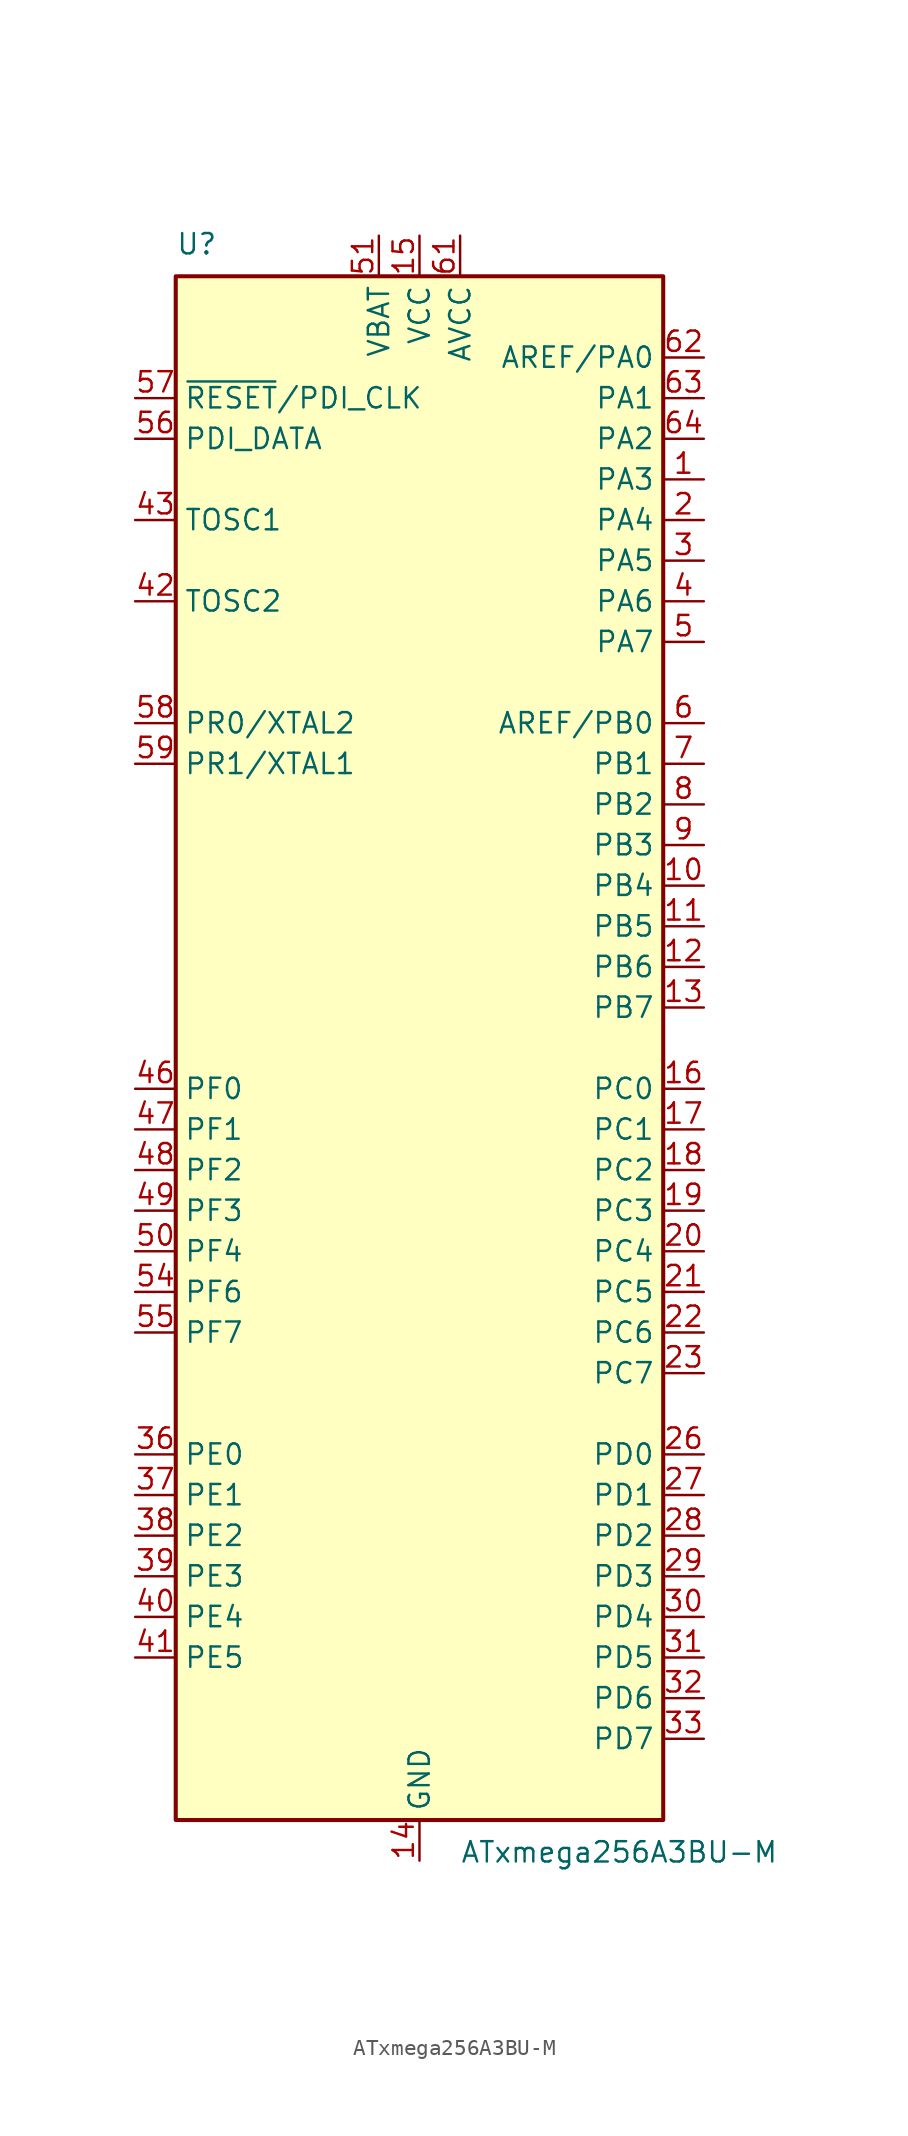
<source format=kicad_sym>
(kicad_symbol_lib
  (version 20201005)
  (generator kicad_symbol_editor)
  (symbol "MCU_Microchip_ATmega:ATxmega256A3BU-M"
    (property "Reference" "U"
      (at -15.24 49.53 0)
      (effects (font (size 1.27 1.27)) (justify left bottom)))
    (property "Value" "ATxmega256A3BU-M"
      (at 2.54 -49.53 0)
      (effects (font (size 1.27 1.27)) (justify left top)))
    (symbol "ATxmega256A3BU-M_0_1"
      (rectangle (start -15.24 -48.26) (end 15.24 48.26) (stroke (width 0.254)) (fill (type background))))
    (symbol "ATxmega256A3BU-M_1_1"
      (pin bidirectional line (at 17.78 35.56 180) (length 2.54) (name "PA3" (effects (font (size 1.27 1.27)))) (number "1" (effects (font (size 1.27 1.27)))))
      (pin bidirectional line (at 17.78 10.16 180) (length 2.54) (name "PB4" (effects (font (size 1.27 1.27)))) (number "10" (effects (font (size 1.27 1.27)))))
      (pin bidirectional line (at 17.78 7.62 180) (length 2.54) (name "PB5" (effects (font (size 1.27 1.27)))) (number "11" (effects (font (size 1.27 1.27)))))
      (pin bidirectional line (at 17.78 5.08 180) (length 2.54) (name "PB6" (effects (font (size 1.27 1.27)))) (number "12" (effects (font (size 1.27 1.27)))))
      (pin bidirectional line (at 17.78 2.54 180) (length 2.54) (name "PB7" (effects (font (size 1.27 1.27)))) (number "13" (effects (font (size 1.27 1.27)))))
      (pin power_in line (at 0 -50.8 90) (length 2.54) (name "GND" (effects (font (size 1.27 1.27)))) (number "14" (effects (font (size 1.27 1.27)))))
      (pin power_in line (at 0 50.8 270) (length 2.54) (name "VCC" (effects (font (size 1.27 1.27)))) (number "15" (effects (font (size 1.27 1.27)))))
      (pin bidirectional line (at 17.78 -2.54 180) (length 2.54) (name "PC0" (effects (font (size 1.27 1.27)))) (number "16" (effects (font (size 1.27 1.27)))))
      (pin bidirectional line (at 17.78 -5.08 180) (length 2.54) (name "PC1" (effects (font (size 1.27 1.27)))) (number "17" (effects (font (size 1.27 1.27)))))
      (pin bidirectional line (at 17.78 -7.62 180) (length 2.54) (name "PC2" (effects (font (size 1.27 1.27)))) (number "18" (effects (font (size 1.27 1.27)))))
      (pin bidirectional line (at 17.78 -10.16 180) (length 2.54) (name "PC3" (effects (font (size 1.27 1.27)))) (number "19" (effects (font (size 1.27 1.27)))))
      (pin bidirectional line (at 17.78 33.02 180) (length 2.54) (name "PA4" (effects (font (size 1.27 1.27)))) (number "2" (effects (font (size 1.27 1.27)))))
      (pin bidirectional line (at 17.78 -12.7 180) (length 2.54) (name "PC4" (effects (font (size 1.27 1.27)))) (number "20" (effects (font (size 1.27 1.27)))))
      (pin bidirectional line (at 17.78 -15.24 180) (length 2.54) (name "PC5" (effects (font (size 1.27 1.27)))) (number "21" (effects (font (size 1.27 1.27)))))
      (pin bidirectional line (at 17.78 -17.78 180) (length 2.54) (name "PC6" (effects (font (size 1.27 1.27)))) (number "22" (effects (font (size 1.27 1.27)))))
      (pin bidirectional line (at 17.78 -20.32 180) (length 2.54) (name "PC7" (effects (font (size 1.27 1.27)))) (number "23" (effects (font (size 1.27 1.27)))))
      (pin passive line (at 0 -50.8 90) (length 2.54) hide (name "GND" (effects (font (size 1.27 1.27)))) (number "24" (effects (font (size 1.27 1.27)))))
      (pin passive line (at 0 50.8 270) (length 2.54) hide (name "VCC" (effects (font (size 1.27 1.27)))) (number "25" (effects (font (size 1.27 1.27)))))
      (pin bidirectional line (at 17.78 -25.4 180) (length 2.54) (name "PD0" (effects (font (size 1.27 1.27)))) (number "26" (effects (font (size 1.27 1.27)))))
      (pin bidirectional line (at 17.78 -27.94 180) (length 2.54) (name "PD1" (effects (font (size 1.27 1.27)))) (number "27" (effects (font (size 1.27 1.27)))))
      (pin bidirectional line (at 17.78 -30.48 180) (length 2.54) (name "PD2" (effects (font (size 1.27 1.27)))) (number "28" (effects (font (size 1.27 1.27)))))
      (pin bidirectional line (at 17.78 -33.02 180) (length 2.54) (name "PD3" (effects (font (size 1.27 1.27)))) (number "29" (effects (font (size 1.27 1.27)))))
      (pin bidirectional line (at 17.78 30.48 180) (length 2.54) (name "PA5" (effects (font (size 1.27 1.27)))) (number "3" (effects (font (size 1.27 1.27)))))
      (pin bidirectional line (at 17.78 -35.56 180) (length 2.54) (name "PD4" (effects (font (size 1.27 1.27)))) (number "30" (effects (font (size 1.27 1.27)))))
      (pin bidirectional line (at 17.78 -38.1 180) (length 2.54) (name "PD5" (effects (font (size 1.27 1.27)))) (number "31" (effects (font (size 1.27 1.27)))))
      (pin bidirectional line (at 17.78 -40.64 180) (length 2.54) (name "PD6" (effects (font (size 1.27 1.27)))) (number "32" (effects (font (size 1.27 1.27)))))
      (pin bidirectional line (at 17.78 -43.18 180) (length 2.54) (name "PD7" (effects (font (size 1.27 1.27)))) (number "33" (effects (font (size 1.27 1.27)))))
      (pin passive line (at 0 -50.8 90) (length 2.54) hide (name "GND" (effects (font (size 1.27 1.27)))) (number "34" (effects (font (size 1.27 1.27)))))
      (pin passive line (at 0 50.8 270) (length 2.54) hide (name "VCC" (effects (font (size 1.27 1.27)))) (number "35" (effects (font (size 1.27 1.27)))))
      (pin bidirectional line (at -17.78 -25.4 0) (length 2.54) (name "PE0" (effects (font (size 1.27 1.27)))) (number "36" (effects (font (size 1.27 1.27)))))
      (pin bidirectional line (at -17.78 -27.94 0) (length 2.54) (name "PE1" (effects (font (size 1.27 1.27)))) (number "37" (effects (font (size 1.27 1.27)))))
      (pin bidirectional line (at -17.78 -30.48 0) (length 2.54) (name "PE2" (effects (font (size 1.27 1.27)))) (number "38" (effects (font (size 1.27 1.27)))))
      (pin bidirectional line (at -17.78 -33.02 0) (length 2.54) (name "PE3" (effects (font (size 1.27 1.27)))) (number "39" (effects (font (size 1.27 1.27)))))
      (pin bidirectional line (at 17.78 27.94 180) (length 2.54) (name "PA6" (effects (font (size 1.27 1.27)))) (number "4" (effects (font (size 1.27 1.27)))))
      (pin bidirectional line (at -17.78 -35.56 0) (length 2.54) (name "PE4" (effects (font (size 1.27 1.27)))) (number "40" (effects (font (size 1.27 1.27)))))
      (pin bidirectional line (at -17.78 -38.1 0) (length 2.54) (name "PE5" (effects (font (size 1.27 1.27)))) (number "41" (effects (font (size 1.27 1.27)))))
      (pin passive line (at -17.78 27.94 0) (length 2.54) (name "TOSC2" (effects (font (size 1.27 1.27)))) (number "42" (effects (font (size 1.27 1.27)))))
      (pin input line (at -17.78 33.02 0) (length 2.54) (name "TOSC1" (effects (font (size 1.27 1.27)))) (number "43" (effects (font (size 1.27 1.27)))))
      (pin passive line (at 0 -50.8 90) (length 2.54) hide (name "GND" (effects (font (size 1.27 1.27)))) (number "44" (effects (font (size 1.27 1.27)))))
      (pin passive line (at 0 50.8 270) (length 2.54) hide (name "VCC" (effects (font (size 1.27 1.27)))) (number "45" (effects (font (size 1.27 1.27)))))
      (pin bidirectional line (at -17.78 -2.54 0) (length 2.54) (name "PF0" (effects (font (size 1.27 1.27)))) (number "46" (effects (font (size 1.27 1.27)))))
      (pin bidirectional line (at -17.78 -5.08 0) (length 2.54) (name "PF1" (effects (font (size 1.27 1.27)))) (number "47" (effects (font (size 1.27 1.27)))))
      (pin bidirectional line (at -17.78 -7.62 0) (length 2.54) (name "PF2" (effects (font (size 1.27 1.27)))) (number "48" (effects (font (size 1.27 1.27)))))
      (pin bidirectional line (at -17.78 -10.16 0) (length 2.54) (name "PF3" (effects (font (size 1.27 1.27)))) (number "49" (effects (font (size 1.27 1.27)))))
      (pin bidirectional line (at 17.78 25.4 180) (length 2.54) (name "PA7" (effects (font (size 1.27 1.27)))) (number "5" (effects (font (size 1.27 1.27)))))
      (pin bidirectional line (at -17.78 -12.7 0) (length 2.54) (name "PF4" (effects (font (size 1.27 1.27)))) (number "50" (effects (font (size 1.27 1.27)))))
      (pin power_in line (at -2.54 50.8 270) (length 2.54) (name "VBAT" (effects (font (size 1.27 1.27)))) (number "51" (effects (font (size 1.27 1.27)))))
      (pin passive line (at 0 -50.8 90) (length 2.54) hide (name "GND" (effects (font (size 1.27 1.27)))) (number "52" (effects (font (size 1.27 1.27)))))
      (pin passive line (at 0 50.8 270) (length 2.54) hide (name "VCC" (effects (font (size 1.27 1.27)))) (number "53" (effects (font (size 1.27 1.27)))))
      (pin bidirectional line (at -17.78 -15.24 0) (length 2.54) (name "PF6" (effects (font (size 1.27 1.27)))) (number "54" (effects (font (size 1.27 1.27)))))
      (pin bidirectional line (at -17.78 -17.78 0) (length 2.54) (name "PF7" (effects (font (size 1.27 1.27)))) (number "55" (effects (font (size 1.27 1.27)))))
      (pin bidirectional line (at -17.78 38.1 0) (length 2.54) (name "PDI_DATA" (effects (font (size 1.27 1.27)))) (number "56" (effects (font (size 1.27 1.27)))))
      (pin input line (at -17.78 40.64 0) (length 2.54) (name "~RESET~/PDI_CLK" (effects (font (size 1.27 1.27)))) (number "57" (effects (font (size 1.27 1.27)))))
      (pin bidirectional line (at -17.78 20.32 0) (length 2.54) (name "PR0/XTAL2" (effects (font (size 1.27 1.27)))) (number "58" (effects (font (size 1.27 1.27)))))
      (pin bidirectional line (at -17.78 17.78 0) (length 2.54) (name "PR1/XTAL1" (effects (font (size 1.27 1.27)))) (number "59" (effects (font (size 1.27 1.27)))))
      (pin bidirectional line (at 17.78 20.32 180) (length 2.54) (name "AREF/PB0" (effects (font (size 1.27 1.27)))) (number "6" (effects (font (size 1.27 1.27)))))
      (pin passive line (at 0 -50.8 90) (length 2.54) hide (name "GND" (effects (font (size 1.27 1.27)))) (number "60" (effects (font (size 1.27 1.27)))))
      (pin power_in line (at 2.54 50.8 270) (length 2.54) (name "AVCC" (effects (font (size 1.27 1.27)))) (number "61" (effects (font (size 1.27 1.27)))))
      (pin bidirectional line (at 17.78 43.18 180) (length 2.54) (name "AREF/PA0" (effects (font (size 1.27 1.27)))) (number "62" (effects (font (size 1.27 1.27)))))
      (pin bidirectional line (at 17.78 40.64 180) (length 2.54) (name "PA1" (effects (font (size 1.27 1.27)))) (number "63" (effects (font (size 1.27 1.27)))))
      (pin bidirectional line (at 17.78 38.1 180) (length 2.54) (name "PA2" (effects (font (size 1.27 1.27)))) (number "64" (effects (font (size 1.27 1.27)))))
      (pin passive line (at 0 -50.8 90) (length 2.54) hide (name "GND" (effects (font (size 1.27 1.27)))) (number "65" (effects (font (size 1.27 1.27)))))
      (pin bidirectional line (at 17.78 17.78 180) (length 2.54) (name "PB1" (effects (font (size 1.27 1.27)))) (number "7" (effects (font (size 1.27 1.27)))))
      (pin bidirectional line (at 17.78 15.24 180) (length 2.54) (name "PB2" (effects (font (size 1.27 1.27)))) (number "8" (effects (font (size 1.27 1.27)))))
      (pin bidirectional line (at 17.78 12.7 180) (length 2.54) (name "PB3" (effects (font (size 1.27 1.27)))) (number "9" (effects (font (size 1.27 1.27))))))))
</source>
